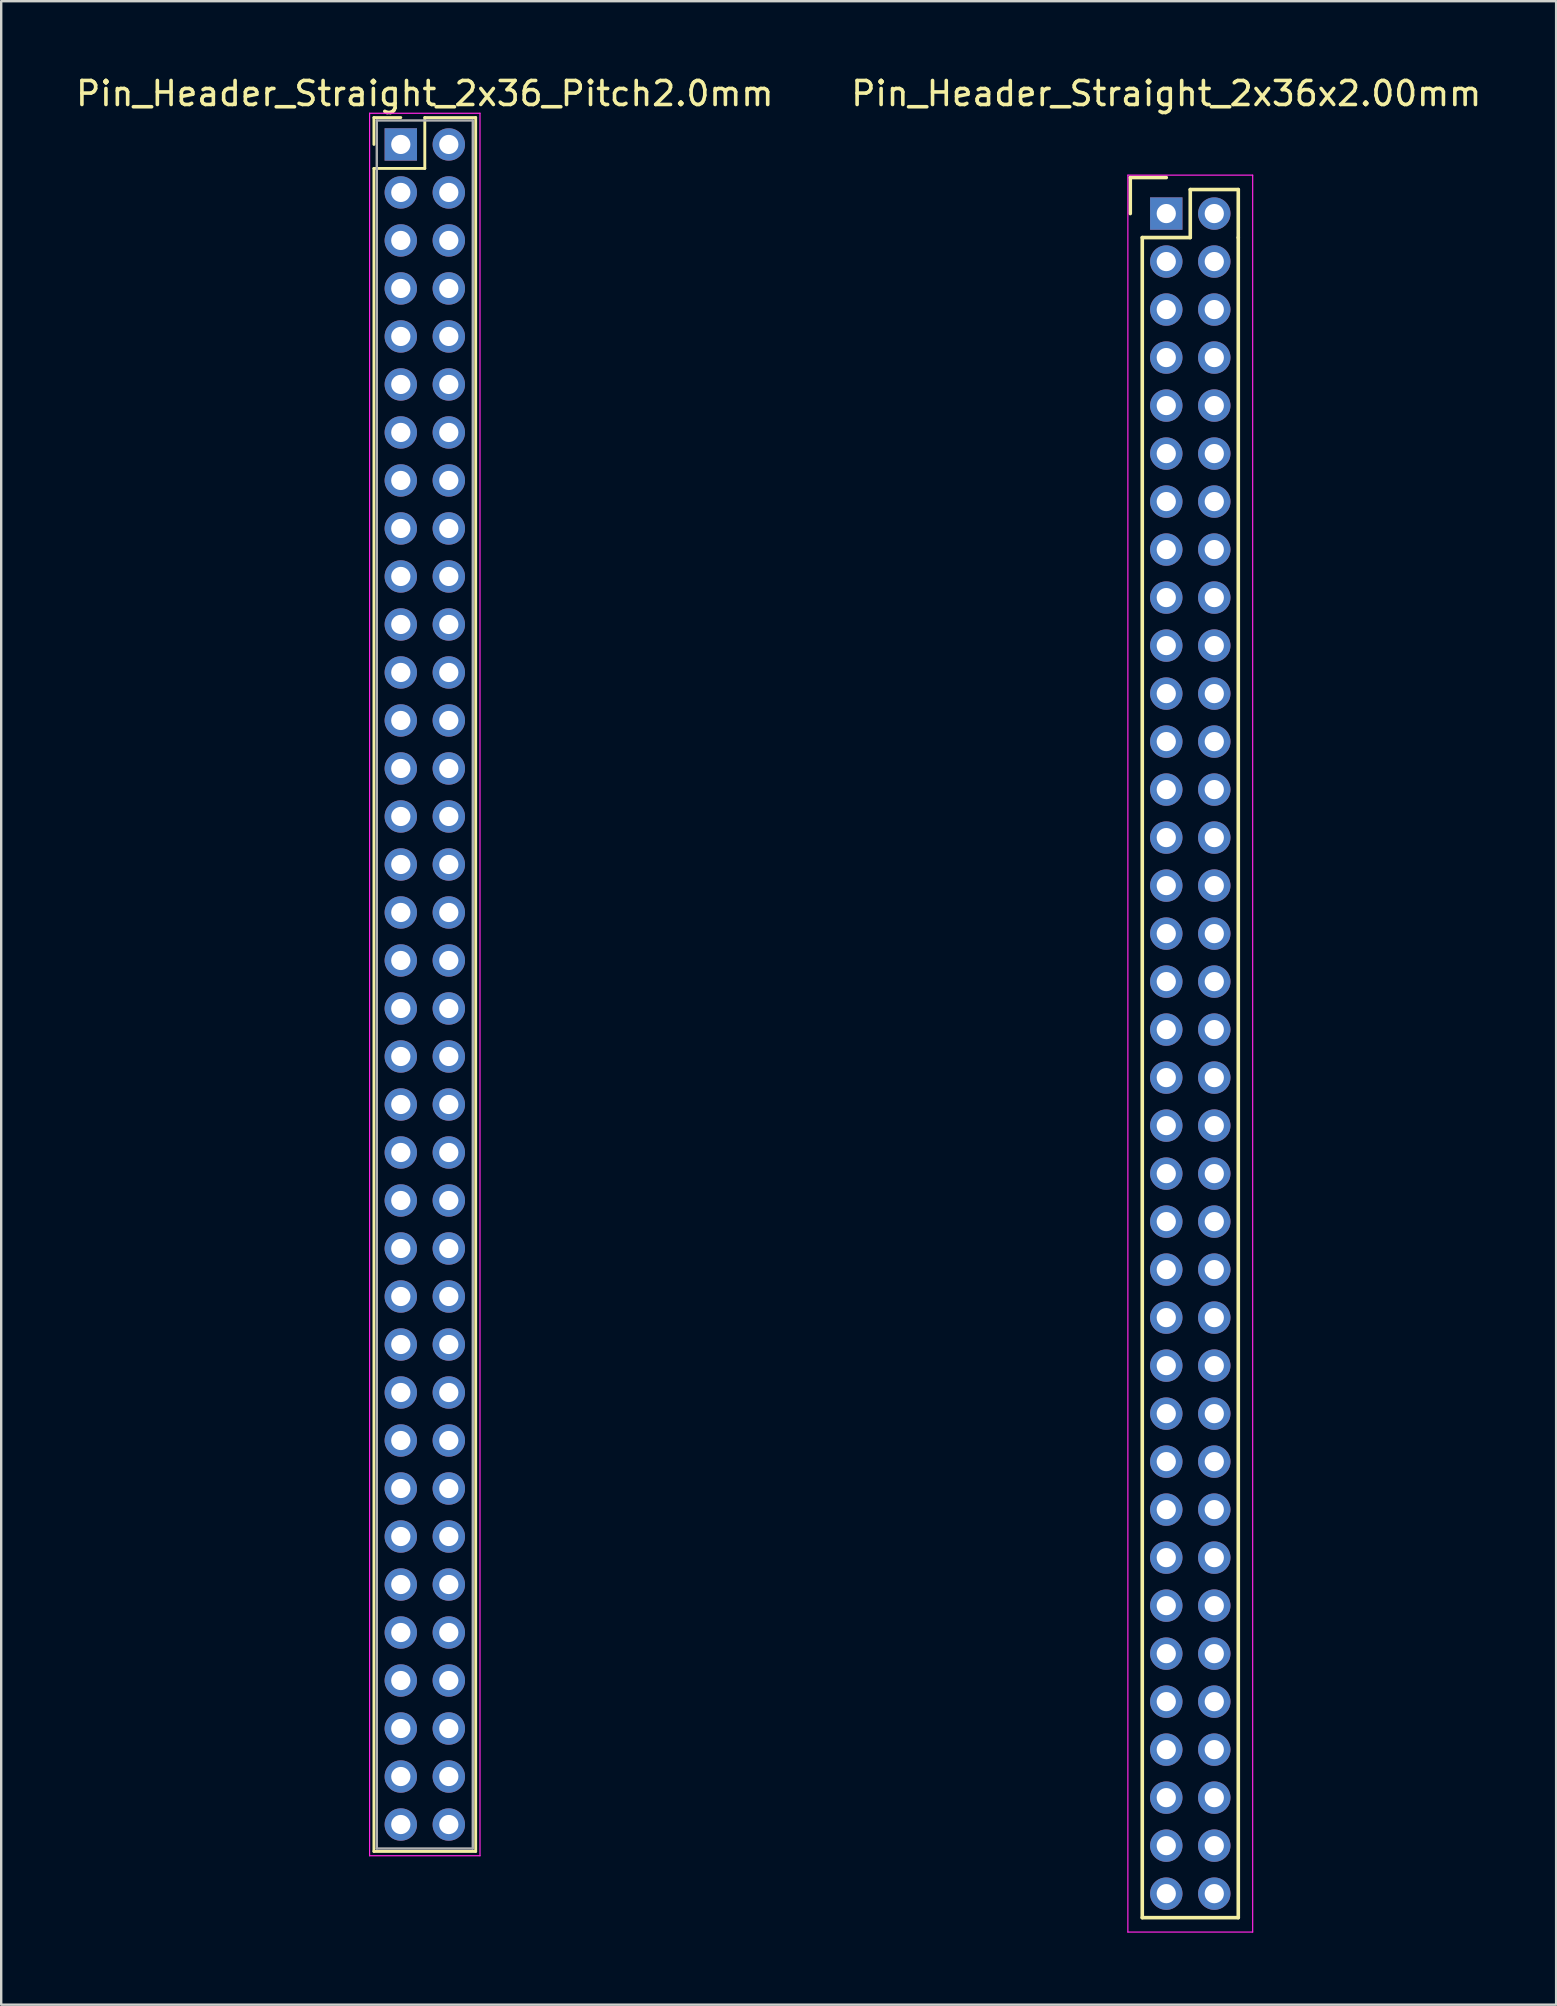
<source format=kicad_pcb>
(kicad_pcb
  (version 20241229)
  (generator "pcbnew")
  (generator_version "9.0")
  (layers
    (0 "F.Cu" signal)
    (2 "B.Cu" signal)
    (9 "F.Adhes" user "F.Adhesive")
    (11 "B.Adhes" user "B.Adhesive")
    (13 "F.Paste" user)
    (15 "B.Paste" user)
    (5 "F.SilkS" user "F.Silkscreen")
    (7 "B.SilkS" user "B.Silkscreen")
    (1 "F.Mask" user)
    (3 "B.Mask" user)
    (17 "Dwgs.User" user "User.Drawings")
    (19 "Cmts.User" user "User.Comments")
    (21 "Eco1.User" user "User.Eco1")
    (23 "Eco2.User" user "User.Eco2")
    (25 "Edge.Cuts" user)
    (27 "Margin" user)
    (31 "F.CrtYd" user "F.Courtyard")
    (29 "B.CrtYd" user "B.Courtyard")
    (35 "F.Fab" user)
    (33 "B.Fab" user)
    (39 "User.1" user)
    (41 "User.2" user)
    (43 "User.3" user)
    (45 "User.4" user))
  (footprint "Pin_Header_Straight_2x36_Pitch2.0mm"
    (layer "F.Cu")
    (at 13.649 2.968)
    (property "Reference" "Pin_Header_Straight_2x36_Pitch2.0mm" (at 1 -2.12 0) (layer "F.SilkS") (effects (font (size 1 1) (thickness 0.15))))
    (attr through_hole)
    (fp_line (start -1.12 -1.12) (end 0 -1.12) (stroke (width 0.12) (type solid)) (layer "F.SilkS"))
    (fp_line (start -1.12 0) (end -1.12 -1.12) (stroke (width 0.12) (type solid)) (layer "F.SilkS"))
    (fp_line (start -1.12 1) (end -1.12 71.12) (stroke (width 0.12) (type solid)) (layer "F.SilkS"))
    (fp_line (start -1.12 71.12) (end 3.12 71.12) (stroke (width 0.12) (type solid)) (layer "F.SilkS"))
    (fp_line (start 1 -1.12) (end 1 1) (stroke (width 0.12) (type solid)) (layer "F.SilkS"))
    (fp_line (start 1 1) (end -1.12 1) (stroke (width 0.12) (type solid)) (layer "F.SilkS"))
    (fp_line (start 3.12 -1.12) (end 1 -1.12) (stroke (width 0.12) (type solid)) (layer "F.SilkS"))
    (fp_line (start 3.12 71.12) (end 3.12 -1.12) (stroke (width 0.12) (type solid)) (layer "F.SilkS"))
    (fp_line (start -1.3 -1.3) (end -1.3 71.3) (stroke (width 0.05) (type solid)) (layer "F.CrtYd"))
    (fp_line (start -1.3 71.3) (end 3.3 71.3) (stroke (width 0.05) (type solid)) (layer "F.CrtYd"))
    (fp_line (start 3.3 -1.3) (end -1.3 -1.3) (stroke (width 0.05) (type solid)) (layer "F.CrtYd"))
    (fp_line (start 3.3 71.3) (end 3.3 -1.3) (stroke (width 0.05) (type solid)) (layer "F.CrtYd"))
    (fp_line (start -1 -1) (end -1 71) (stroke (width 0.1) (type solid)) (layer "F.Fab"))
    (fp_line (start -1 71) (end 3 71) (stroke (width 0.1) (type solid)) (layer "F.Fab"))
    (fp_line (start 3 -1) (end -1 -1) (stroke (width 0.1) (type solid)) (layer "F.Fab"))
    (fp_line (start 3 71) (end 3 -1) (stroke (width 0.1) (type solid)) (layer "F.Fab"))
    (pad "1" thru_hole rect (at 0 0) (size 1.35 1.35) (drill 0.8) (layers "*.Cu" "*.Mask"))
    (pad "2" thru_hole oval (at 2 0) (size 1.35 1.35) (drill 0.8) (layers "*.Cu" "*.Mask"))
    (pad "3" thru_hole oval (at 0 2) (size 1.35 1.35) (drill 0.8) (layers "*.Cu" "*.Mask"))
    (pad "4" thru_hole oval (at 2 2) (size 1.35 1.35) (drill 0.8) (layers "*.Cu" "*.Mask"))
    (pad "5" thru_hole oval (at 0 4) (size 1.35 1.35) (drill 0.8) (layers "*.Cu" "*.Mask"))
    (pad "6" thru_hole oval (at 2 4) (size 1.35 1.35) (drill 0.8) (layers "*.Cu" "*.Mask"))
    (pad "7" thru_hole oval (at 0 6) (size 1.35 1.35) (drill 0.8) (layers "*.Cu" "*.Mask"))
    (pad "8" thru_hole oval (at 2 6) (size 1.35 1.35) (drill 0.8) (layers "*.Cu" "*.Mask"))
    (pad "9" thru_hole oval (at 0 8) (size 1.35 1.35) (drill 0.8) (layers "*.Cu" "*.Mask"))
    (pad "10" thru_hole oval (at 2 8) (size 1.35 1.35) (drill 0.8) (layers "*.Cu" "*.Mask"))
    (pad "11" thru_hole oval (at 0 10) (size 1.35 1.35) (drill 0.8) (layers "*.Cu" "*.Mask"))
    (pad "12" thru_hole oval (at 2 10) (size 1.35 1.35) (drill 0.8) (layers "*.Cu" "*.Mask"))
    (pad "13" thru_hole oval (at 0 12) (size 1.35 1.35) (drill 0.8) (layers "*.Cu" "*.Mask"))
    (pad "14" thru_hole oval (at 2 12) (size 1.35 1.35) (drill 0.8) (layers "*.Cu" "*.Mask"))
    (pad "15" thru_hole oval (at 0 14) (size 1.35 1.35) (drill 0.8) (layers "*.Cu" "*.Mask"))
    (pad "16" thru_hole oval (at 2 14) (size 1.35 1.35) (drill 0.8) (layers "*.Cu" "*.Mask"))
    (pad "17" thru_hole oval (at 0 16) (size 1.35 1.35) (drill 0.8) (layers "*.Cu" "*.Mask"))
    (pad "18" thru_hole oval (at 2 16) (size 1.35 1.35) (drill 0.8) (layers "*.Cu" "*.Mask"))
    (pad "19" thru_hole oval (at 0 18) (size 1.35 1.35) (drill 0.8) (layers "*.Cu" "*.Mask"))
    (pad "20" thru_hole oval (at 2 18) (size 1.35 1.35) (drill 0.8) (layers "*.Cu" "*.Mask"))
    (pad "21" thru_hole oval (at 0 20) (size 1.35 1.35) (drill 0.8) (layers "*.Cu" "*.Mask"))
    (pad "22" thru_hole oval (at 2 20) (size 1.35 1.35) (drill 0.8) (layers "*.Cu" "*.Mask"))
    (pad "23" thru_hole oval (at 0 22) (size 1.35 1.35) (drill 0.8) (layers "*.Cu" "*.Mask"))
    (pad "24" thru_hole oval (at 2 22) (size 1.35 1.35) (drill 0.8) (layers "*.Cu" "*.Mask"))
    (pad "25" thru_hole oval (at 0 24) (size 1.35 1.35) (drill 0.8) (layers "*.Cu" "*.Mask"))
    (pad "26" thru_hole oval (at 2 24) (size 1.35 1.35) (drill 0.8) (layers "*.Cu" "*.Mask"))
    (pad "27" thru_hole oval (at 0 26) (size 1.35 1.35) (drill 0.8) (layers "*.Cu" "*.Mask"))
    (pad "28" thru_hole oval (at 2 26) (size 1.35 1.35) (drill 0.8) (layers "*.Cu" "*.Mask"))
    (pad "29" thru_hole oval (at 0 28) (size 1.35 1.35) (drill 0.8) (layers "*.Cu" "*.Mask"))
    (pad "30" thru_hole oval (at 2 28) (size 1.35 1.35) (drill 0.8) (layers "*.Cu" "*.Mask"))
    (pad "31" thru_hole oval (at 0 30) (size 1.35 1.35) (drill 0.8) (layers "*.Cu" "*.Mask"))
    (pad "32" thru_hole oval (at 2 30) (size 1.35 1.35) (drill 0.8) (layers "*.Cu" "*.Mask"))
    (pad "33" thru_hole oval (at 0 32) (size 1.35 1.35) (drill 0.8) (layers "*.Cu" "*.Mask"))
    (pad "34" thru_hole oval (at 2 32) (size 1.35 1.35) (drill 0.8) (layers "*.Cu" "*.Mask"))
    (pad "35" thru_hole oval (at 0 34) (size 1.35 1.35) (drill 0.8) (layers "*.Cu" "*.Mask"))
    (pad "36" thru_hole oval (at 2 34) (size 1.35 1.35) (drill 0.8) (layers "*.Cu" "*.Mask"))
    (pad "37" thru_hole oval (at 0 36) (size 1.35 1.35) (drill 0.8) (layers "*.Cu" "*.Mask"))
    (pad "38" thru_hole oval (at 2 36) (size 1.35 1.35) (drill 0.8) (layers "*.Cu" "*.Mask"))
    (pad "39" thru_hole oval (at 0 38) (size 1.35 1.35) (drill 0.8) (layers "*.Cu" "*.Mask"))
    (pad "40" thru_hole oval (at 2 38) (size 1.35 1.35) (drill 0.8) (layers "*.Cu" "*.Mask"))
    (pad "41" thru_hole oval (at 0 40) (size 1.35 1.35) (drill 0.8) (layers "*.Cu" "*.Mask"))
    (pad "42" thru_hole oval (at 2 40) (size 1.35 1.35) (drill 0.8) (layers "*.Cu" "*.Mask"))
    (pad "43" thru_hole oval (at 0 42) (size 1.35 1.35) (drill 0.8) (layers "*.Cu" "*.Mask"))
    (pad "44" thru_hole oval (at 2 42) (size 1.35 1.35) (drill 0.8) (layers "*.Cu" "*.Mask"))
    (pad "45" thru_hole oval (at 0 44) (size 1.35 1.35) (drill 0.8) (layers "*.Cu" "*.Mask"))
    (pad "46" thru_hole oval (at 2 44) (size 1.35 1.35) (drill 0.8) (layers "*.Cu" "*.Mask"))
    (pad "47" thru_hole oval (at 0 46) (size 1.35 1.35) (drill 0.8) (layers "*.Cu" "*.Mask"))
    (pad "48" thru_hole oval (at 2 46) (size 1.35 1.35) (drill 0.8) (layers "*.Cu" "*.Mask"))
    (pad "49" thru_hole oval (at 0 48) (size 1.35 1.35) (drill 0.8) (layers "*.Cu" "*.Mask"))
    (pad "50" thru_hole oval (at 2 48) (size 1.35 1.35) (drill 0.8) (layers "*.Cu" "*.Mask"))
    (pad "51" thru_hole oval (at 0 50) (size 1.35 1.35) (drill 0.8) (layers "*.Cu" "*.Mask"))
    (pad "52" thru_hole oval (at 2 50) (size 1.35 1.35) (drill 0.8) (layers "*.Cu" "*.Mask"))
    (pad "53" thru_hole oval (at 0 52) (size 1.35 1.35) (drill 0.8) (layers "*.Cu" "*.Mask"))
    (pad "54" thru_hole oval (at 2 52) (size 1.35 1.35) (drill 0.8) (layers "*.Cu" "*.Mask"))
    (pad "55" thru_hole oval (at 0 54) (size 1.35 1.35) (drill 0.8) (layers "*.Cu" "*.Mask"))
    (pad "56" thru_hole oval (at 2 54) (size 1.35 1.35) (drill 0.8) (layers "*.Cu" "*.Mask"))
    (pad "57" thru_hole oval (at 0 56) (size 1.35 1.35) (drill 0.8) (layers "*.Cu" "*.Mask"))
    (pad "58" thru_hole oval (at 2 56) (size 1.35 1.35) (drill 0.8) (layers "*.Cu" "*.Mask"))
    (pad "59" thru_hole oval (at 0 58) (size 1.35 1.35) (drill 0.8) (layers "*.Cu" "*.Mask"))
    (pad "60" thru_hole oval (at 2 58) (size 1.35 1.35) (drill 0.8) (layers "*.Cu" "*.Mask"))
    (pad "61" thru_hole oval (at 0 60) (size 1.35 1.35) (drill 0.8) (layers "*.Cu" "*.Mask"))
    (pad "62" thru_hole oval (at 2 60) (size 1.35 1.35) (drill 0.8) (layers "*.Cu" "*.Mask"))
    (pad "63" thru_hole oval (at 0 62) (size 1.35 1.35) (drill 0.8) (layers "*.Cu" "*.Mask"))
    (pad "64" thru_hole oval (at 2 62) (size 1.35 1.35) (drill 0.8) (layers "*.Cu" "*.Mask"))
    (pad "65" thru_hole oval (at 0 64) (size 1.35 1.35) (drill 0.8) (layers "*.Cu" "*.Mask"))
    (pad "66" thru_hole oval (at 2 64) (size 1.35 1.35) (drill 0.8) (layers "*.Cu" "*.Mask"))
    (pad "67" thru_hole oval (at 0 66) (size 1.35 1.35) (drill 0.8) (layers "*.Cu" "*.Mask"))
    (pad "68" thru_hole oval (at 2 66) (size 1.35 1.35) (drill 0.8) (layers "*.Cu" "*.Mask"))
    (pad "69" thru_hole oval (at 0 68) (size 1.35 1.35) (drill 0.8) (layers "*.Cu" "*.Mask"))
    (pad "70" thru_hole oval (at 2 68) (size 1.35 1.35) (drill 0.8) (layers "*.Cu" "*.Mask"))
    (pad "71" thru_hole oval (at 0 70) (size 1.35 1.35) (drill 0.8) (layers "*.Cu" "*.Mask"))
    (pad "72" thru_hole oval (at 2 70) (size 1.35 1.35) (drill 0.8) (layers "*.Cu" "*.Mask")))
  (footprint "Pin_Header_Straight_2x36x2.00mm"
    (layer "F.Cu")
    (at 45.542 5.848)
    (property "Reference" "Pin_Header_Straight_2x36x2.00mm" (at 0 -5 0) (layer "F.SilkS") (effects (font (size 1 1) (thickness 0.15))))
    (attr through_hole)
    (fp_line (start -1.5 -1.5) (end 0 -1.5) (stroke (width 0.15) (type solid)) (layer "F.SilkS"))
    (fp_line (start -1.5 0) (end -1.5 -1.5) (stroke (width 0.15) (type solid)) (layer "F.SilkS"))
    (fp_line (start -1 1) (end 1 1) (stroke (width 0.15) (type solid)) (layer "F.SilkS"))
    (fp_line (start -1 71) (end -1 1) (stroke (width 0.15) (type solid)) (layer "F.SilkS"))
    (fp_line (start 1 -1) (end 3 -1) (stroke (width 0.15) (type solid)) (layer "F.SilkS"))
    (fp_line (start 1 1) (end 1 -1) (stroke (width 0.15) (type solid)) (layer "F.SilkS"))
    (fp_line (start 3 -1) (end 3 1) (stroke (width 0.15) (type solid)) (layer "F.SilkS"))
    (fp_line (start 3 1) (end 3 71) (stroke (width 0.15) (type solid)) (layer "F.SilkS"))
    (fp_line (start 3 71) (end -1 71) (stroke (width 0.15) (type solid)) (layer "F.SilkS"))
    (fp_line (start -1.6 -1.6) (end 3.6 -1.6) (stroke (width 0.05) (type solid)) (layer "F.CrtYd"))
    (fp_line (start -1.6 71.6) (end -1.6 -1.6) (stroke (width 0.05) (type solid)) (layer "F.CrtYd"))
    (fp_line (start 3.6 -1.6) (end 3.6 71.6) (stroke (width 0.05) (type solid)) (layer "F.CrtYd"))
    (fp_line (start 3.6 71.6) (end -1.6 71.6) (stroke (width 0.05) (type solid)) (layer "F.CrtYd"))
    (pad "1" thru_hole rect (at 0 0) (size 1.35 1.35) (drill 0.8) (layers "*.Cu" "*.Mask"))
    (pad "2" thru_hole circle (at 2 0) (size 1.35 1.35) (drill 0.8) (layers "*.Cu" "*.Mask"))
    (pad "3" thru_hole circle (at 0 2) (size 1.35 1.35) (drill 0.8) (layers "*.Cu" "*.Mask"))
    (pad "4" thru_hole circle (at 2 2) (size 1.35 1.35) (drill 0.8) (layers "*.Cu" "*.Mask"))
    (pad "5" thru_hole circle (at 0 4) (size 1.35 1.35) (drill 0.8) (layers "*.Cu" "*.Mask"))
    (pad "6" thru_hole circle (at 2 4) (size 1.35 1.35) (drill 0.8) (layers "*.Cu" "*.Mask"))
    (pad "7" thru_hole circle (at 0 6) (size 1.35 1.35) (drill 0.8) (layers "*.Cu" "*.Mask"))
    (pad "8" thru_hole circle (at 2 6) (size 1.35 1.35) (drill 0.8) (layers "*.Cu" "*.Mask"))
    (pad "9" thru_hole circle (at 0 8) (size 1.35 1.35) (drill 0.8) (layers "*.Cu" "*.Mask"))
    (pad "10" thru_hole circle (at 2 8) (size 1.35 1.35) (drill 0.8) (layers "*.Cu" "*.Mask"))
    (pad "11" thru_hole circle (at 0 10) (size 1.35 1.35) (drill 0.8) (layers "*.Cu" "*.Mask"))
    (pad "12" thru_hole circle (at 2 10) (size 1.35 1.35) (drill 0.8) (layers "*.Cu" "*.Mask"))
    (pad "13" thru_hole circle (at 0 12) (size 1.35 1.35) (drill 0.8) (layers "*.Cu" "*.Mask"))
    (pad "14" thru_hole circle (at 2 12) (size 1.35 1.35) (drill 0.8) (layers "*.Cu" "*.Mask"))
    (pad "15" thru_hole circle (at 0 14) (size 1.35 1.35) (drill 0.8) (layers "*.Cu" "*.Mask"))
    (pad "16" thru_hole circle (at 2 14) (size 1.35 1.35) (drill 0.8) (layers "*.Cu" "*.Mask"))
    (pad "17" thru_hole circle (at 0 16) (size 1.35 1.35) (drill 0.8) (layers "*.Cu" "*.Mask"))
    (pad "18" thru_hole circle (at 2 16) (size 1.35 1.35) (drill 0.8) (layers "*.Cu" "*.Mask"))
    (pad "19" thru_hole circle (at 0 18) (size 1.35 1.35) (drill 0.8) (layers "*.Cu" "*.Mask"))
    (pad "20" thru_hole circle (at 2 18) (size 1.35 1.35) (drill 0.8) (layers "*.Cu" "*.Mask"))
    (pad "21" thru_hole circle (at 0 20) (size 1.35 1.35) (drill 0.8) (layers "*.Cu" "*.Mask"))
    (pad "22" thru_hole circle (at 2 20) (size 1.35 1.35) (drill 0.8) (layers "*.Cu" "*.Mask"))
    (pad "23" thru_hole circle (at 0 22) (size 1.35 1.35) (drill 0.8) (layers "*.Cu" "*.Mask"))
    (pad "24" thru_hole circle (at 2 22) (size 1.35 1.35) (drill 0.8) (layers "*.Cu" "*.Mask"))
    (pad "25" thru_hole circle (at 0 24) (size 1.35 1.35) (drill 0.8) (layers "*.Cu" "*.Mask"))
    (pad "26" thru_hole circle (at 2 24) (size 1.35 1.35) (drill 0.8) (layers "*.Cu" "*.Mask"))
    (pad "27" thru_hole circle (at 0 26) (size 1.35 1.35) (drill 0.8) (layers "*.Cu" "*.Mask"))
    (pad "28" thru_hole circle (at 2 26) (size 1.35 1.35) (drill 0.8) (layers "*.Cu" "*.Mask"))
    (pad "29" thru_hole circle (at 0 28) (size 1.35 1.35) (drill 0.8) (layers "*.Cu" "*.Mask"))
    (pad "30" thru_hole circle (at 2 28) (size 1.35 1.35) (drill 0.8) (layers "*.Cu" "*.Mask"))
    (pad "31" thru_hole circle (at 0 30) (size 1.35 1.35) (drill 0.8) (layers "*.Cu" "*.Mask"))
    (pad "32" thru_hole circle (at 2 30) (size 1.35 1.35) (drill 0.8) (layers "*.Cu" "*.Mask"))
    (pad "33" thru_hole circle (at 0 32) (size 1.35 1.35) (drill 0.8) (layers "*.Cu" "*.Mask"))
    (pad "34" thru_hole circle (at 2 32) (size 1.35 1.35) (drill 0.8) (layers "*.Cu" "*.Mask"))
    (pad "35" thru_hole circle (at 0 34) (size 1.35 1.35) (drill 0.8) (layers "*.Cu" "*.Mask"))
    (pad "36" thru_hole circle (at 2 34) (size 1.35 1.35) (drill 0.8) (layers "*.Cu" "*.Mask"))
    (pad "37" thru_hole circle (at 0 36) (size 1.35 1.35) (drill 0.8) (layers "*.Cu" "*.Mask"))
    (pad "38" thru_hole circle (at 2 36) (size 1.35 1.35) (drill 0.8) (layers "*.Cu" "*.Mask"))
    (pad "39" thru_hole circle (at 0 38) (size 1.35 1.35) (drill 0.8) (layers "*.Cu" "*.Mask"))
    (pad "40" thru_hole circle (at 2 38) (size 1.35 1.35) (drill 0.8) (layers "*.Cu" "*.Mask"))
    (pad "41" thru_hole circle (at 0 40) (size 1.35 1.35) (drill 0.8) (layers "*.Cu" "*.Mask"))
    (pad "42" thru_hole circle (at 2 40) (size 1.35 1.35) (drill 0.8) (layers "*.Cu" "*.Mask"))
    (pad "43" thru_hole circle (at 0 42) (size 1.35 1.35) (drill 0.8) (layers "*.Cu" "*.Mask"))
    (pad "44" thru_hole circle (at 2 42) (size 1.35 1.35) (drill 0.8) (layers "*.Cu" "*.Mask"))
    (pad "45" thru_hole circle (at 0 44) (size 1.35 1.35) (drill 0.8) (layers "*.Cu" "*.Mask"))
    (pad "46" thru_hole circle (at 2 44) (size 1.35 1.35) (drill 0.8) (layers "*.Cu" "*.Mask"))
    (pad "47" thru_hole circle (at 0 46) (size 1.35 1.35) (drill 0.8) (layers "*.Cu" "*.Mask"))
    (pad "48" thru_hole circle (at 2 46) (size 1.35 1.35) (drill 0.8) (layers "*.Cu" "*.Mask"))
    (pad "49" thru_hole circle (at 0 48) (size 1.35 1.35) (drill 0.8) (layers "*.Cu" "*.Mask"))
    (pad "50" thru_hole circle (at 2 48) (size 1.35 1.35) (drill 0.8) (layers "*.Cu" "*.Mask"))
    (pad "51" thru_hole circle (at 0 50) (size 1.35 1.35) (drill 0.8) (layers "*.Cu" "*.Mask"))
    (pad "52" thru_hole circle (at 2 50) (size 1.35 1.35) (drill 0.8) (layers "*.Cu" "*.Mask"))
    (pad "53" thru_hole circle (at 0 52) (size 1.35 1.35) (drill 0.8) (layers "*.Cu" "*.Mask"))
    (pad "54" thru_hole circle (at 2 52) (size 1.35 1.35) (drill 0.8) (layers "*.Cu" "*.Mask"))
    (pad "55" thru_hole circle (at 0 54) (size 1.35 1.35) (drill 0.8) (layers "*.Cu" "*.Mask"))
    (pad "56" thru_hole circle (at 2 54) (size 1.35 1.35) (drill 0.8) (layers "*.Cu" "*.Mask"))
    (pad "57" thru_hole circle (at 0 56) (size 1.35 1.35) (drill 0.8) (layers "*.Cu" "*.Mask"))
    (pad "58" thru_hole circle (at 2 56) (size 1.35 1.35) (drill 0.8) (layers "*.Cu" "*.Mask"))
    (pad "59" thru_hole circle (at 0 58) (size 1.35 1.35) (drill 0.8) (layers "*.Cu" "*.Mask"))
    (pad "60" thru_hole circle (at 2 58) (size 1.35 1.35) (drill 0.8) (layers "*.Cu" "*.Mask"))
    (pad "61" thru_hole circle (at 0 60) (size 1.35 1.35) (drill 0.8) (layers "*.Cu" "*.Mask"))
    (pad "62" thru_hole circle (at 2 60) (size 1.35 1.35) (drill 0.8) (layers "*.Cu" "*.Mask"))
    (pad "63" thru_hole circle (at 0 62) (size 1.35 1.35) (drill 0.8) (layers "*.Cu" "*.Mask"))
    (pad "64" thru_hole circle (at 2 62) (size 1.35 1.35) (drill 0.8) (layers "*.Cu" "*.Mask"))
    (pad "65" thru_hole circle (at 0 64) (size 1.35 1.35) (drill 0.8) (layers "*.Cu" "*.Mask"))
    (pad "66" thru_hole circle (at 2 64) (size 1.35 1.35) (drill 0.8) (layers "*.Cu" "*.Mask"))
    (pad "67" thru_hole circle (at 0 66) (size 1.35 1.35) (drill 0.8) (layers "*.Cu" "*.Mask"))
    (pad "68" thru_hole circle (at 2 66) (size 1.35 1.35) (drill 0.8) (layers "*.Cu" "*.Mask"))
    (pad "69" thru_hole circle (at 0 68) (size 1.35 1.35) (drill 0.8) (layers "*.Cu" "*.Mask"))
    (pad "70" thru_hole circle (at 2 68) (size 1.35 1.35) (drill 0.8) (layers "*.Cu" "*.Mask"))
    (pad "71" thru_hole circle (at 0 70) (size 1.35 1.35) (drill 0.8) (layers "*.Cu" "*.Mask"))
    (pad "72" thru_hole circle (at 2 70) (size 1.35 1.35) (drill 0.8) (layers "*.Cu" "*.Mask")))
  (gr_rect
    (start -3 -3)
    (end 61.786 80.473)
    (stroke (width 0.1) (type default))
    (fill no)
    (layer "Edge.Cuts")))
</source>
